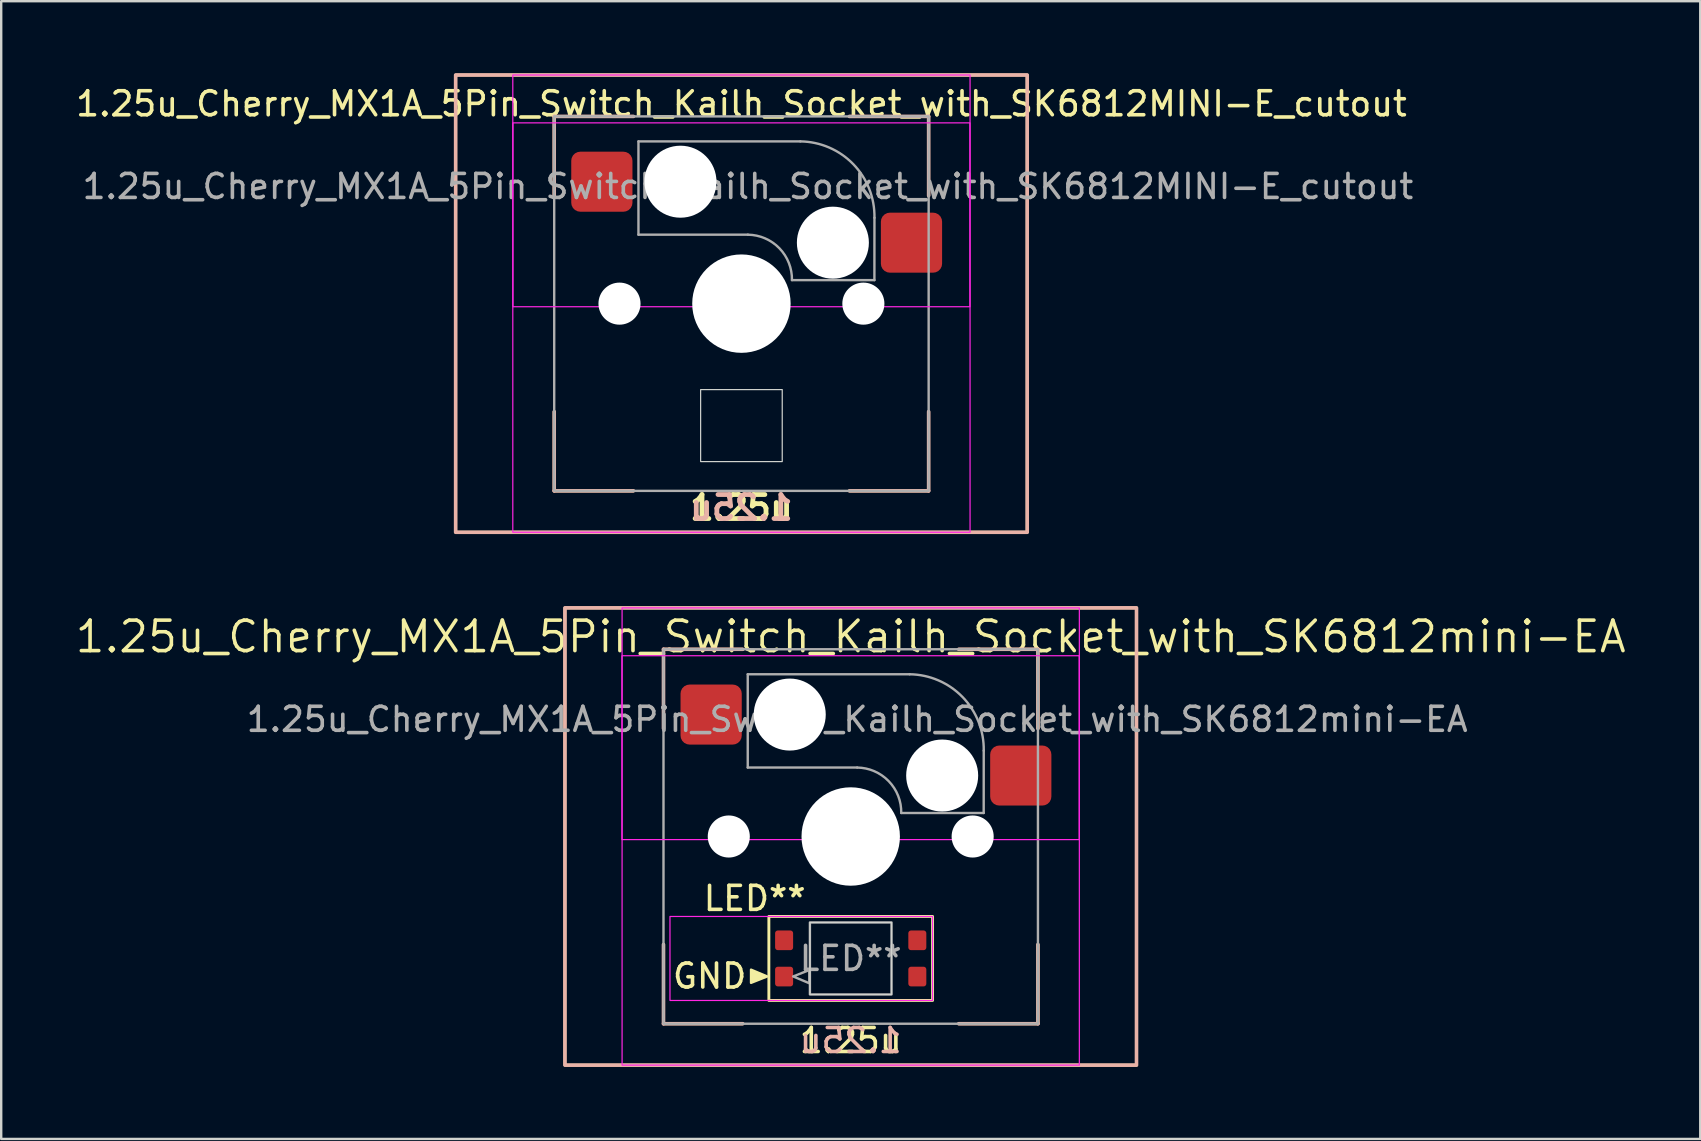
<source format=kicad_pcb>
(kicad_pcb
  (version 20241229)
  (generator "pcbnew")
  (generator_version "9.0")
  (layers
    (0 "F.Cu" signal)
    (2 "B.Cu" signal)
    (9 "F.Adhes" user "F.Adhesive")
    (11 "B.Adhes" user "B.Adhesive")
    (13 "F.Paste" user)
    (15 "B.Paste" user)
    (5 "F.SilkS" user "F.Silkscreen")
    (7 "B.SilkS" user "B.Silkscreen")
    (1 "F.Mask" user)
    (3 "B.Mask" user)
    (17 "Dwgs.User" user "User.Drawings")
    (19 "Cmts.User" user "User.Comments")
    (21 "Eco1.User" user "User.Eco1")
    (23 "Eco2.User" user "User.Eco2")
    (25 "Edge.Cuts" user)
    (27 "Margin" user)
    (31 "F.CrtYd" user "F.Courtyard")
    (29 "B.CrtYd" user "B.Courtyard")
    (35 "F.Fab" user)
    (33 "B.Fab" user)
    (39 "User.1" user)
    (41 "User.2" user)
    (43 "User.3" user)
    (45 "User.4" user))
  (footprint "1.25u_Cherry_MX1A_5Pin_Switch_Kailh_Socket_with_SK6812mini-EA"
    (layer "F.Cu")
    (at 32.392 31.8)
    (property "Reference" "1.25u_Cherry_MX1A_5Pin_Switch_Kailh_Socket_with_SK6812mini-EA" (at 0 -8.325 0) (layer "F.SilkS") (effects (font (size 1.27 1.27) (thickness 0.15))))
    (property "LED_Reference" "LED**" (at -4 2.58 0) (layer "F.SilkS") (effects (font (size 1 1) (thickness 0.15))))
    (property "Size" "1.25u" (at 0 8.5 0) (layer "F.SilkS") (effects (font (size 1 1) (thickness 0.15))))
    (attr smd)
    (fp_line (start -7.8 -7.8) (end -7.8 -4.5) (stroke (width 0.12) (type default)) (layer "F.SilkS"))
    (fp_line (start -7.8 -7.8) (end -4.5 -7.8) (stroke (width 0.12) (type default)) (layer "F.SilkS"))
    (fp_line (start -7.8 7.8) (end -7.8 4.5) (stroke (width 0.12) (type solid)) (layer "F.SilkS"))
    (fp_line (start -7.8 7.8) (end -4.5 7.8) (stroke (width 0.12) (type default)) (layer "F.SilkS"))
    (fp_line (start 7.8 -7.8) (end 4.5 -7.8) (stroke (width 0.12) (type default)) (layer "F.SilkS"))
    (fp_line (start 7.8 -7.8) (end 7.8 -4.5) (stroke (width 0.12) (type default)) (layer "F.SilkS"))
    (fp_line (start 7.8 7.8) (end 4.5 7.8) (stroke (width 0.12) (type default)) (layer "F.SilkS"))
    (fp_line (start 7.8 7.8) (end 7.8 4.5) (stroke (width 0.12) (type default)) (layer "F.SilkS"))
    (fp_rect (start -11.906 -9.525) (end 11.906 9.525) (stroke (width 0.12) (type default)) (fill no) (layer "F.SilkS"))
    (fp_rect (start -3.41 3.33) (end 3.41 6.83) (stroke (width 0.12) (type default)) (fill no) (layer "F.SilkS"))
    (fp_poly (pts (xy -3.48 5.83) (xy -4.153 5.547) (xy -4.153 5.55) (xy -4.153 6.097)) (stroke (width 0.1) (type solid)) (fill yes) (layer "F.SilkS"))
    (fp_line (start -7.8 -7.8) (end -7.8 -4.5) (stroke (width 0.15) (type default)) (layer "B.SilkS"))
    (fp_line (start -7.8 -7.8) (end -4.5 -7.8) (stroke (width 0.15) (type default)) (layer "B.SilkS"))
    (fp_line (start -7.8 7.8) (end -7.8 4.5) (stroke (width 0.15) (type default)) (layer "B.SilkS"))
    (fp_line (start -7.8 7.8) (end -4.5 7.8) (stroke (width 0.15) (type default)) (layer "B.SilkS"))
    (fp_line (start 7.8 -7.8) (end 4.5 -7.8) (stroke (width 0.15) (type default)) (layer "B.SilkS"))
    (fp_line (start 7.8 -7.8) (end 7.8 -4.5) (stroke (width 0.15) (type default)) (layer "B.SilkS"))
    (fp_line (start 7.8 7.8) (end 4.5 7.8) (stroke (width 0.15) (type default)) (layer "B.SilkS"))
    (fp_line (start 7.8 7.8) (end 7.8 4.5) (stroke (width 0.15) (type default)) (layer "B.SilkS"))
    (fp_rect (start -11.906 -9.525) (end 11.906 9.525) (stroke (width 0.15) (type default)) (fill no) (layer "B.SilkS"))
    (fp_rect (start -1.7 3.58) (end 1.7 6.58) (stroke (width 0.05) (type default)) (fill no) (layer "Edge.Cuts"))
    (fp_rect (start -9.53 -7.53) (end 9.52 0.13) (stroke (width 0.05) (type default)) (fill no) (layer "F.CrtYd"))
    (fp_rect (start -9.525 -9.525) (end 9.525 9.525) (stroke (width 0.05) (type default)) (fill no) (layer "F.CrtYd"))
    (fp_rect (start -7.53 3.33) (end 3.41 6.83) (stroke (width 0.05) (type default)) (fill no) (layer "F.CrtYd"))
    (fp_line (start -4.29 -2.873) (end -4.29 -6.759) (stroke (width 0.1) (type default)) (layer "F.Fab"))
    (fp_line (start 0.269 -2.873) (end -4.29 -2.873) (stroke (width 0.1) (type default)) (layer "F.Fab"))
    (fp_line (start 2.455 -6.759) (end -4.29 -6.759) (stroke (width 0.1) (type default)) (layer "F.Fab"))
    (fp_line (start 5.54 -0.98) (end 2.105 -0.98) (stroke (width 0.1) (type default)) (layer "F.Fab"))
    (fp_line (start 5.54 -0.98) (end 5.542 -3.577) (stroke (width 0.1) (type default)) (layer "F.Fab"))
    (fp_rect (start -7.8 -7.8) (end 7.8 7.8) (stroke (width 0.1) (type default)) (fill no) (layer "F.Fab"))
    (fp_rect (start -1.7 3.58) (end 1.7 6.58) (stroke (width 0.1) (type default)) (fill no) (layer "F.Fab"))
    (fp_arc (start 0.268782 -2.872715) (mid 1.580341 -2.308063) (end 2.105 -0.98) (stroke (width 0.1) (type default)) (layer "F.Fab"))
    (fp_arc (start 2.45495 -6.759322) (mid 4.66 -5.81) (end 5.542076 -3.577199) (stroke (width 0.1) (type default)) (layer "F.Fab"))
    (fp_poly (pts (xy -2.4 5.83) (xy -1.727 6.113) (xy -1.727 6.11) (xy -1.727 5.563)) (stroke (width 0.1) (type solid)) (fill no) (layer "F.Fab"))
    (fp_text user "GND" (at -7.5 6.4 0) (unlocked yes) (layer "F.SilkS") (effects (font (size 1 1) (thickness 0.15)) (justify left bottom)))
    (fp_text user "${Size}" (at 0 8.5 0) (unlocked yes) (layer "B.SilkS") (effects (font (size 1 1) (thickness 0.15)) (justify mirror)))
    (fp_text user "${REFERENCE}" (at 0.269 -4.88 0) (layer "F.Fab") (effects (font (size 1 1) (thickness 0.15))))
    (fp_text user "${LED_Reference}" (at 0 5.08 0) (unlocked yes) (layer "F.Fab") (effects (font (size 1 1) (thickness 0.15))))
    (pad "" np_thru_hole circle (at -5.08 0) (size 1.753 1.753) (drill 1.753) (layers "*.Cu" "*.Mask"))
    (pad "" np_thru_hole circle (at -2.54 -5.08) (size 3 3) (drill 3) (layers "*.Cu" "*.Mask"))
    (pad "" np_thru_hole circle (at 0 0) (size 4.1 4.1) (drill 4.1) (layers "*.Cu" "*.Mask"))
    (pad "" np_thru_hole circle (at 3.81 -2.54) (size 3 3) (drill 3) (layers "*.Cu" "*.Mask"))
    (pad "" np_thru_hole circle (at 5.08 0) (size 1.753 1.753) (drill 1.753) (layers "*.Cu" "*.Mask"))
    (pad "1" smd roundrect (at -2.775 5.835) (size 0.75 0.82) (layers "F.Cu" "F.Mask" "F.Paste") (roundrect_rratio 0.15))
    (pad "2" smd roundrect (at -2.775 4.325) (size 0.75 0.82) (layers "F.Cu" "F.Mask" "F.Paste") (roundrect_rratio 0.15))
    (pad "3" smd roundrect (at 2.775 4.325) (size 0.75 0.82) (layers "F.Cu" "F.Mask" "F.Paste") (roundrect_rratio 0.15))
    (pad "4" smd roundrect (at 2.775 5.835) (size 0.75 0.82) (layers "F.Cu" "F.Mask" "F.Paste") (roundrect_rratio 0.15))
    (pad "5" smd roundrect (at -5.815 -5.08) (size 2.55 2.5) (layers "F.Cu" "F.Mask" "F.Paste") (roundrect_rratio 0.15))
    (pad "6" smd roundrect (at 7.085 -2.54) (size 2.55 2.5) (layers "F.Cu" "F.Mask" "F.Paste") (roundrect_rratio 0.15)))
  (footprint "1.25u_Cherry_MX1A_5Pin_Switch_Kailh_Socket_with_SK6812MINI-E_cutout"
    (layer "F.Cu")
    (at 27.839 9.6)
    (property "Reference" "1.25u_Cherry_MX1A_5Pin_Switch_Kailh_Socket_with_SK6812MINI-E_cutout" (at 0 -8.325 0) (layer "F.SilkS") (effects (font (size 1 1) (thickness 0.15))))
    (property "Size" "1.25u" (at 0 8.5 0) (layer "F.SilkS") (effects (font (size 1 1) (thickness 0.2) (bold yes))))
    (attr smd)
    (fp_line (start -7.8 -7.8) (end -7.8 -4.5) (stroke (width 0.12) (type default)) (layer "F.SilkS"))
    (fp_line (start -7.8 -7.8) (end -4.5 -7.8) (stroke (width 0.12) (type default)) (layer "F.SilkS"))
    (fp_line (start -7.8 7.8) (end -7.8 4.5) (stroke (width 0.12) (type solid)) (layer "F.SilkS"))
    (fp_line (start -7.8 7.8) (end -4.5 7.8) (stroke (width 0.12) (type default)) (layer "F.SilkS"))
    (fp_line (start 7.8 -7.8) (end 4.5 -7.8) (stroke (width 0.12) (type default)) (layer "F.SilkS"))
    (fp_line (start 7.8 -7.8) (end 7.8 -4.5) (stroke (width 0.12) (type default)) (layer "F.SilkS"))
    (fp_line (start 7.8 7.8) (end 4.5 7.8) (stroke (width 0.12) (type default)) (layer "F.SilkS"))
    (fp_line (start 7.8 7.8) (end 7.8 4.5) (stroke (width 0.12) (type default)) (layer "F.SilkS"))
    (fp_rect (start -11.906 -9.525) (end 11.906 9.525) (stroke (width 0.12) (type default)) (fill no) (layer "F.SilkS"))
    (fp_line (start -7.8 -7.8) (end -7.8 -4.5) (stroke (width 0.15) (type default)) (layer "B.SilkS"))
    (fp_line (start -7.8 -7.8) (end -4.5 -7.8) (stroke (width 0.15) (type default)) (layer "B.SilkS"))
    (fp_line (start -7.8 7.8) (end -7.8 4.5) (stroke (width 0.15) (type default)) (layer "B.SilkS"))
    (fp_line (start -7.8 7.8) (end -4.5 7.8) (stroke (width 0.15) (type default)) (layer "B.SilkS"))
    (fp_line (start 7.8 -7.8) (end 4.5 -7.8) (stroke (width 0.15) (type default)) (layer "B.SilkS"))
    (fp_line (start 7.8 -7.8) (end 7.8 -4.5) (stroke (width 0.15) (type default)) (layer "B.SilkS"))
    (fp_line (start 7.8 7.8) (end 4.5 7.8) (stroke (width 0.15) (type default)) (layer "B.SilkS"))
    (fp_line (start 7.8 7.8) (end 7.8 4.5) (stroke (width 0.15) (type default)) (layer "B.SilkS"))
    (fp_rect (start -11.906 -9.525) (end 11.906 9.525) (stroke (width 0.15) (type default)) (fill no) (layer "B.SilkS"))
    (fp_rect (start -1.7 3.58) (end 1.7 6.58) (stroke (width 0.05) (type default)) (fill no) (layer "Edge.Cuts"))
    (fp_rect (start -9.525 -9.525) (end 9.525 9.525) (stroke (width 0.05) (type default)) (fill no) (layer "F.CrtYd"))
    (fp_rect (start -9.52 -7.53) (end 9.52 0.13) (stroke (width 0.05) (type default)) (fill no) (layer "F.CrtYd"))
    (fp_line (start -4.29 -2.873) (end -4.29 -6.759) (stroke (width 0.1) (type default)) (layer "F.Fab"))
    (fp_line (start 0.269 -2.873) (end -4.29 -2.873) (stroke (width 0.1) (type default)) (layer "F.Fab"))
    (fp_line (start 2.455 -6.759) (end -4.29 -6.759) (stroke (width 0.1) (type default)) (layer "F.Fab"))
    (fp_line (start 5.54 -0.98) (end 2.105 -0.98) (stroke (width 0.1) (type default)) (layer "F.Fab"))
    (fp_line (start 5.54 -0.98) (end 5.542 -3.577) (stroke (width 0.1) (type default)) (layer "F.Fab"))
    (fp_rect (start -7.8 -7.8) (end 7.8 7.8) (stroke (width 0.1) (type default)) (fill no) (layer "F.Fab"))
    (fp_arc (start 0.268782 -2.872715) (mid 1.580341 -2.308063) (end 2.105 -0.98) (stroke (width 0.1) (type default)) (layer "F.Fab"))
    (fp_arc (start 2.45495 -6.759322) (mid 4.66 -5.81) (end 5.542076 -3.577199) (stroke (width 0.1) (type default)) (layer "F.Fab"))
    (fp_text user "${Size}" (at 0 8.5 0) (unlocked yes) (layer "B.SilkS") (effects (font (size 1 1) (thickness 0.2) (bold yes)) (justify mirror)))
    (fp_text user "${REFERENCE}" (at 0.269 -4.88 0) (layer "F.Fab") (effects (font (size 1 1) (thickness 0.15))))
    (pad "" np_thru_hole circle (at -5.08 0) (size 1.753 1.753) (drill 1.753) (layers "*.Cu" "*.Mask"))
    (pad "" np_thru_hole circle (at -2.54 -5.08) (size 3 3) (drill 3) (layers "*.Cu" "*.Mask"))
    (pad "" np_thru_hole circle (at 0 0) (size 4.1 4.1) (drill 4.1) (layers "*.Cu" "*.Mask"))
    (pad "" np_thru_hole circle (at 3.81 -2.54) (size 3 3) (drill 3) (layers "*.Cu" "*.Mask"))
    (pad "" np_thru_hole circle (at 5.08 0) (size 1.753 1.753) (drill 1.753) (layers "*.Cu" "*.Mask"))
    (pad "1" smd roundrect (at -5.815 -5.08) (size 2.55 2.5) (layers "F.Cu" "F.Mask" "F.Paste") (roundrect_rratio 0.15))
    (pad "2" smd roundrect (at 7.085 -2.54) (size 2.55 2.5) (layers "F.Cu" "F.Mask" "F.Paste") (roundrect_rratio 0.15)))
  (gr_rect
    (start -3 -3)
    (end 67.785 44.4)
    (stroke (width 0.1) (type default))
    (fill no)
    (layer "Edge.Cuts")))
</source>
